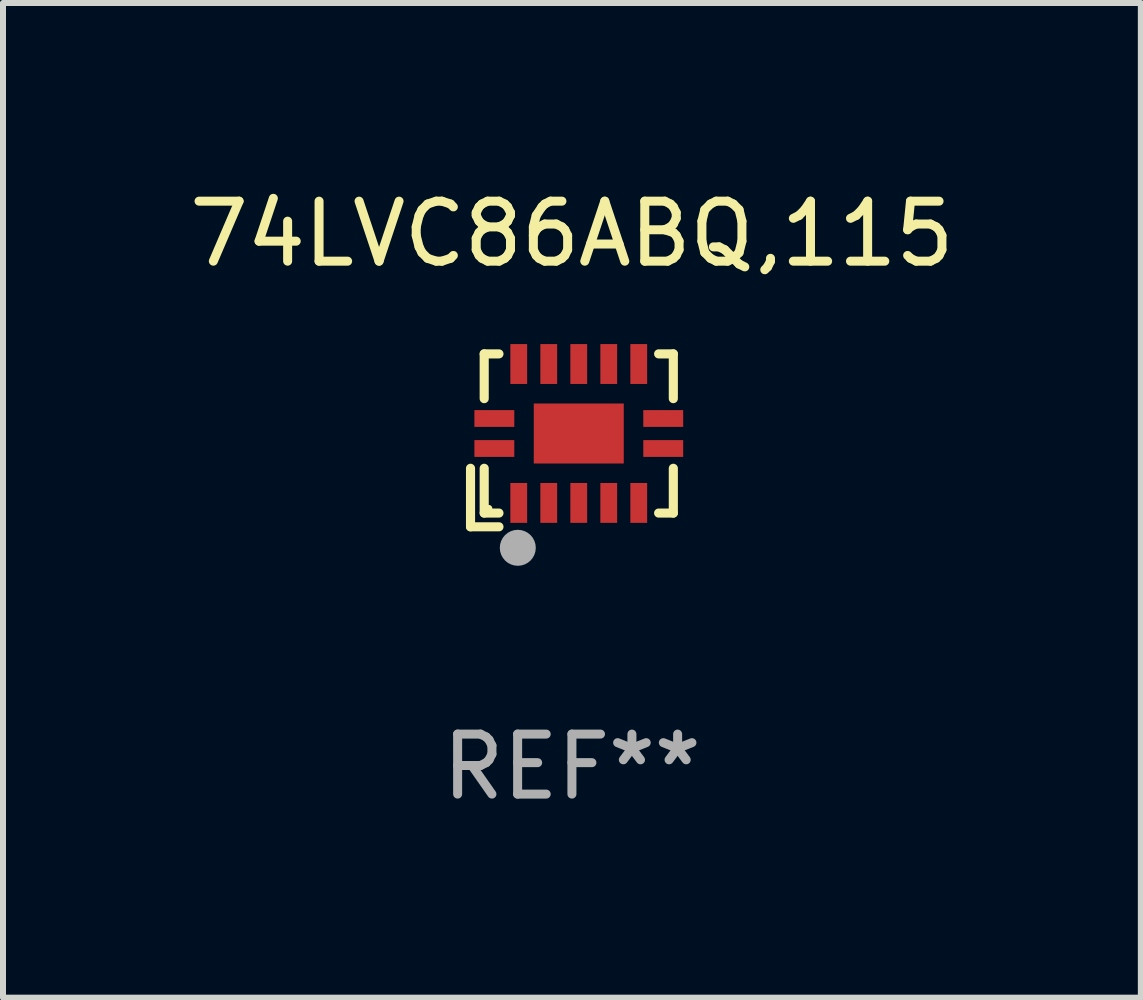
<source format=kicad_pcb>
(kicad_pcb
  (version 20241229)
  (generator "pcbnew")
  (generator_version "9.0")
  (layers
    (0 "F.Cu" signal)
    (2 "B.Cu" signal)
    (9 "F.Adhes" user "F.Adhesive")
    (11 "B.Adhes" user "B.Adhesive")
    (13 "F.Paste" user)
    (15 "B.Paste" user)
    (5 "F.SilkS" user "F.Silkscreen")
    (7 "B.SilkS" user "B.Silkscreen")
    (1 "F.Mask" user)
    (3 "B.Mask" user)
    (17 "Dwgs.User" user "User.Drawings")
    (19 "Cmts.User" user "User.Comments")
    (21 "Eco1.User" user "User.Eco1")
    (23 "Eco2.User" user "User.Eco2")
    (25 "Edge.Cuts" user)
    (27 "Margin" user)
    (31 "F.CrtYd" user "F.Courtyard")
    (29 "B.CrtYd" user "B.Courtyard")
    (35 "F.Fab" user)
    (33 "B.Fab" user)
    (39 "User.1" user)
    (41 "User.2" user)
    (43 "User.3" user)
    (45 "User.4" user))
  (footprint "74LVC86ABQ,115"
    (layer "F.Cu")
    (at 6.482 4.289)
    (property "Reference" "74LVC86ABQ,115" (at 0 -3.441 0) (layer "F.SilkS") (effects (font (size 1 1) (thickness 0.15))))
    (attr through_hole)
    (fp_line (start -1.69 1.441) (end -1.69 0.466) (stroke (width 0.152) (type solid)) (layer "F.SilkS"))
    (fp_line (start -1.462 -1.441) (end -1.216 -1.441) (stroke (width 0.152) (type solid)) (layer "F.SilkS"))
    (fp_line (start -1.462 -0.695) (end -1.462 -1.441) (stroke (width 0.152) (type solid)) (layer "F.SilkS"))
    (fp_line (start -1.462 0.466) (end -1.462 1.212) (stroke (width 0.152) (type solid)) (layer "F.SilkS"))
    (fp_line (start -1.462 1.212) (end -1.216 1.212) (stroke (width 0.152) (type solid)) (layer "F.SilkS"))
    (fp_line (start -1.216 1.441) (end -1.69 1.441) (stroke (width 0.152) (type solid)) (layer "F.SilkS"))
    (fp_line (start 1.69 -1.441) (end 1.445 -1.441) (stroke (width 0.152) (type solid)) (layer "F.SilkS"))
    (fp_line (start 1.69 -0.695) (end 1.69 -1.441) (stroke (width 0.152) (type solid)) (layer "F.SilkS"))
    (fp_line (start 1.69 0.466) (end 1.69 1.212) (stroke (width 0.152) (type solid)) (layer "F.SilkS"))
    (fp_line (start 1.69 1.212) (end 1.445 1.212) (stroke (width 0.152) (type solid)) (layer "F.SilkS"))
    (fp_circle (center -1.386 1.136) (end -1.356 1.136) (stroke (width 0.06) (type solid)) (fill no) (layer "F.SilkS"))
    (fp_circle (center -0.902 1.791) (end -0.752 1.791) (stroke (width 0.3) (type solid)) (fill no) (layer "F.Fab"))
    (fp_text user "REF**" (at 0 5.441 0) (layer "F.Fab") (effects (font (size 1 1) (thickness 0.15))))
    (pad "1" smd rect (at -0.886 1.043) (size 0.28 0.665) (layers "F.Cu" "F.Mask" "F.Paste"))
    (pad "2" smd rect (at -0.386 1.043) (size 0.28 0.665) (layers "F.Cu" "F.Mask" "F.Paste"))
    (pad "3" smd rect (at 0.114 1.043) (size 0.28 0.665) (layers "F.Cu" "F.Mask" "F.Paste"))
    (pad "4" smd rect (at 0.614 1.043) (size 0.28 0.665) (layers "F.Cu" "F.Mask" "F.Paste"))
    (pad "5" smd rect (at 1.114 1.043) (size 0.28 0.665) (layers "F.Cu" "F.Mask" "F.Paste"))
    (pad "6" smd rect (at 1.522 0.136) (size 0.665 0.28) (layers "F.Cu" "F.Mask" "F.Paste"))
    (pad "7" smd rect (at 1.522 -0.364) (size 0.665 0.28) (layers "F.Cu" "F.Mask" "F.Paste"))
    (pad "8" smd rect (at 1.114 -1.272) (size 0.28 0.665) (layers "F.Cu" "F.Mask" "F.Paste"))
    (pad "9" smd rect (at 0.614 -1.272) (size 0.28 0.665) (layers "F.Cu" "F.Mask" "F.Paste"))
    (pad "10" smd rect (at 0.114 -1.272) (size 0.28 0.665) (layers "F.Cu" "F.Mask" "F.Paste"))
    (pad "11" smd rect (at -0.386 -1.272) (size 0.28 0.665) (layers "F.Cu" "F.Mask" "F.Paste"))
    (pad "12" smd rect (at -0.886 -1.272) (size 0.28 0.665) (layers "F.Cu" "F.Mask" "F.Paste"))
    (pad "13" smd rect (at -1.293 -0.364) (size 0.665 0.28) (layers "F.Cu" "F.Mask" "F.Paste"))
    (pad "14" smd rect (at -1.293 0.136) (size 0.665 0.28) (layers "F.Cu" "F.Mask" "F.Paste"))
    (pad "15" smd rect (at 0.114 -0.114) (size 1.5 1) (layers "F.Cu" "F.Mask" "F.Paste")))
  (gr_rect
    (start -3 -3)
    (end 15.964 13.578)
    (stroke (width 0.1) (type default))
    (fill no)
    (layer "Edge.Cuts")))
</source>
